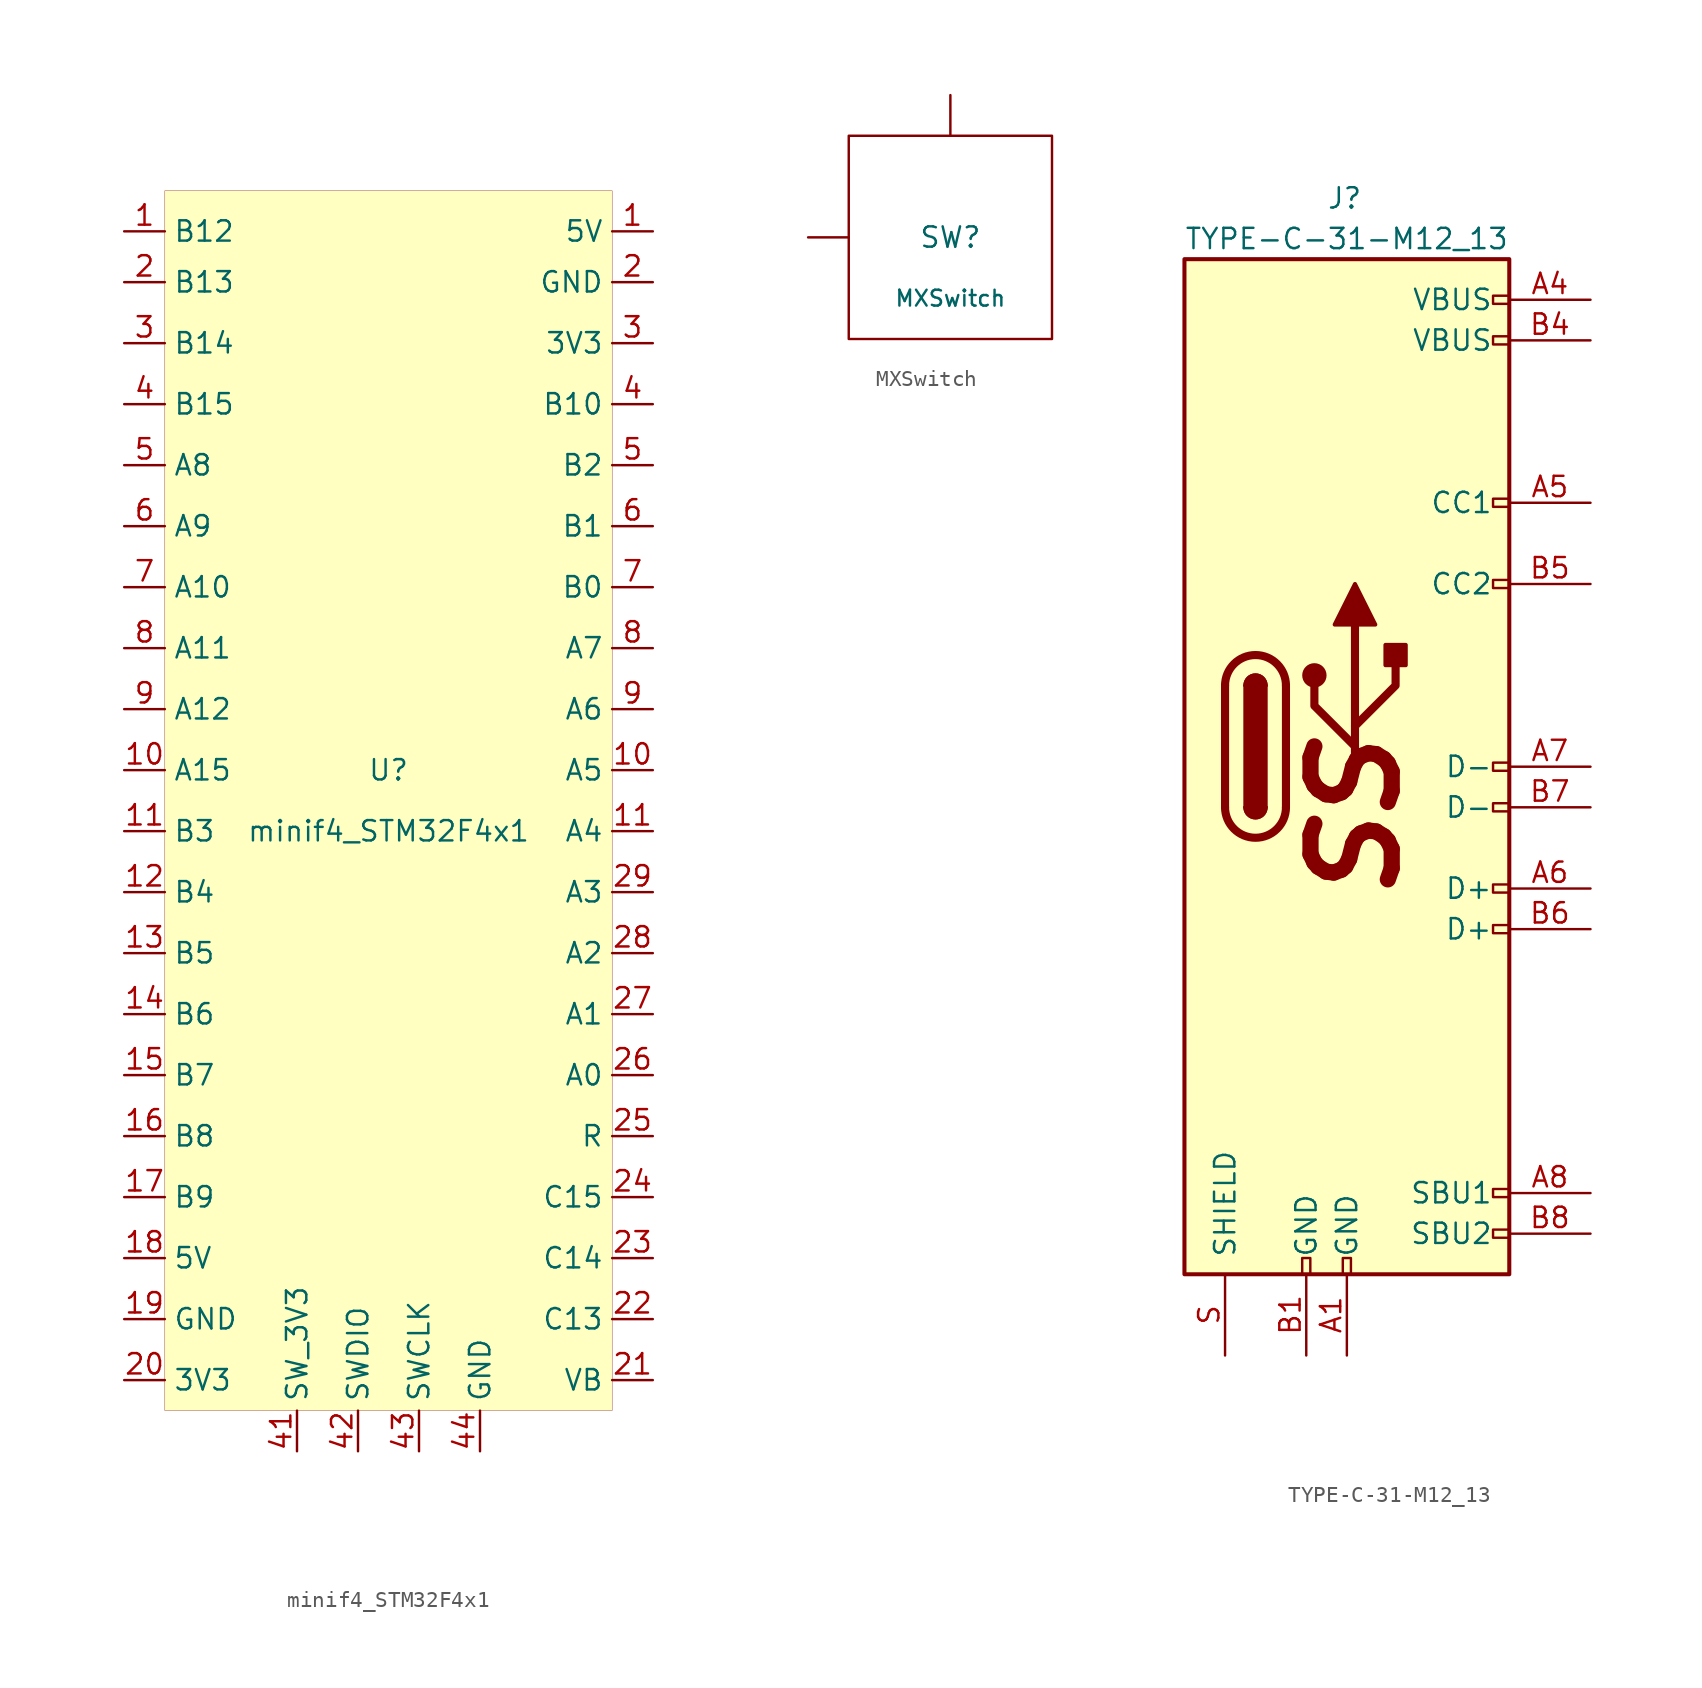
<source format=kicad_sym>
(kicad_symbol_lib
  (version 20211014)
  (generator kicad_symbol_editor)
  (symbol "minif4_STM32F4x1"
    (property "Reference" "U"
      (at 0 1.905 0)
      (effects (font (size 1.27 1.27))))
    (property "Value" "minif4_STM32F4x1"
      (at 0 -1.905 0)
      (effects (font (size 1.27 1.27))))
    (symbol "minif4_STM32F4x1_0_1"
      (rectangle (start -13.97 38.1) (end 13.97 -38.1) (stroke (width 0.001) (type default) (color 0 0 0 0)) (fill (type background))))
    (symbol "minif4_STM32F4x1_1_1"
      (pin power_out line (at 16.51 35.56 180) (length 2.54) (name "5V" (effects (font (size 1.27 1.27)))) (number "1" (effects (font (size 1.27 1.27)))))
      (pin unspecified line (at -16.51 35.56 0) (length 2.54) (name "B12" (effects (font (size 1.27 1.27)))) (number "1" (effects (font (size 1.27 1.27)))))
      (pin unspecified line (at -16.51 1.905 0) (length 2.54) (name "A15" (effects (font (size 1.27 1.27)))) (number "10" (effects (font (size 1.27 1.27)))))
      (pin unspecified line (at 16.51 1.905 180) (length 2.54) (name "A5" (effects (font (size 1.27 1.27)))) (number "10" (effects (font (size 1.27 1.27)))))
      (pin unspecified line (at 16.51 -1.905 180) (length 2.54) (name "A4" (effects (font (size 1.27 1.27)))) (number "11" (effects (font (size 1.27 1.27)))))
      (pin unspecified line (at -16.51 -1.905 0) (length 2.54) (name "B3" (effects (font (size 1.27 1.27)))) (number "11" (effects (font (size 1.27 1.27)))))
      (pin unspecified line (at -16.51 -5.715 0) (length 2.54) (name "B4" (effects (font (size 1.27 1.27)))) (number "12" (effects (font (size 1.27 1.27)))))
      (pin unspecified line (at -16.51 -9.525 0) (length 2.54) (name "B5" (effects (font (size 1.27 1.27)))) (number "13" (effects (font (size 1.27 1.27)))))
      (pin unspecified line (at -16.51 -13.335 0) (length 2.54) (name "B6" (effects (font (size 1.27 1.27)))) (number "14" (effects (font (size 1.27 1.27)))))
      (pin unspecified line (at -16.51 -17.145 0) (length 2.54) (name "B7" (effects (font (size 1.27 1.27)))) (number "15" (effects (font (size 1.27 1.27)))))
      (pin unspecified line (at -16.51 -20.955 0) (length 2.54) (name "B8" (effects (font (size 1.27 1.27)))) (number "16" (effects (font (size 1.27 1.27)))))
      (pin unspecified line (at -16.51 -24.765 0) (length 2.54) (name "B9" (effects (font (size 1.27 1.27)))) (number "17" (effects (font (size 1.27 1.27)))))
      (pin power_out line (at -16.51 -28.575 0) (length 2.54) (name "5V" (effects (font (size 1.27 1.27)))) (number "18" (effects (font (size 1.27 1.27)))))
      (pin power_in line (at -16.51 -32.385 0) (length 2.54) (name "GND" (effects (font (size 1.27 1.27)))) (number "19" (effects (font (size 1.27 1.27)))))
      (pin unspecified line (at -16.51 32.385 0) (length 2.54) (name "B13" (effects (font (size 1.27 1.27)))) (number "2" (effects (font (size 1.27 1.27)))))
      (pin power_in line (at 16.51 32.385 180) (length 2.54) (name "GND" (effects (font (size 1.27 1.27)))) (number "2" (effects (font (size 1.27 1.27)))))
      (pin power_out line (at -16.51 -36.195 0) (length 2.54) (name "3V3" (effects (font (size 1.27 1.27)))) (number "20" (effects (font (size 1.27 1.27)))))
      (pin unspecified line (at 16.51 -36.195 180) (length 2.54) (name "VB" (effects (font (size 1.27 1.27)))) (number "21" (effects (font (size 1.27 1.27)))))
      (pin unspecified line (at 16.51 -32.385 180) (length 2.54) (name "C13" (effects (font (size 1.27 1.27)))) (number "22" (effects (font (size 1.27 1.27)))))
      (pin unspecified line (at 16.51 -28.575 180) (length 2.54) (name "C14" (effects (font (size 1.27 1.27)))) (number "23" (effects (font (size 1.27 1.27)))))
      (pin unspecified line (at 16.51 -24.765 180) (length 2.54) (name "C15" (effects (font (size 1.27 1.27)))) (number "24" (effects (font (size 1.27 1.27)))))
      (pin unspecified line (at 16.51 -20.955 180) (length 2.54) (name "R" (effects (font (size 1.27 1.27)))) (number "25" (effects (font (size 1.27 1.27)))))
      (pin unspecified line (at 16.51 -17.145 180) (length 2.54) (name "A0" (effects (font (size 1.27 1.27)))) (number "26" (effects (font (size 1.27 1.27)))))
      (pin unspecified line (at 16.51 -13.335 180) (length 2.54) (name "A1" (effects (font (size 1.27 1.27)))) (number "27" (effects (font (size 1.27 1.27)))))
      (pin unspecified line (at 16.51 -9.525 180) (length 2.54) (name "A2" (effects (font (size 1.27 1.27)))) (number "28" (effects (font (size 1.27 1.27)))))
      (pin unspecified line (at 16.51 -5.715 180) (length 2.54) (name "A3" (effects (font (size 1.27 1.27)))) (number "29" (effects (font (size 1.27 1.27)))))
      (pin power_out line (at 16.51 28.575 180) (length 2.54) (name "3V3" (effects (font (size 1.27 1.27)))) (number "3" (effects (font (size 1.27 1.27)))))
      (pin unspecified line (at -16.51 28.575 0) (length 2.54) (name "B14" (effects (font (size 1.27 1.27)))) (number "3" (effects (font (size 1.27 1.27)))))
      (pin unspecified line (at 16.51 24.765 180) (length 2.54) (name "B10" (effects (font (size 1.27 1.27)))) (number "4" (effects (font (size 1.27 1.27)))))
      (pin unspecified line (at -16.51 24.765 0) (length 2.54) (name "B15" (effects (font (size 1.27 1.27)))) (number "4" (effects (font (size 1.27 1.27)))))
      (pin power_in line (at -5.715 -40.64 90) (length 2.54) (name "SW_3V3" (effects (font (size 1.27 1.27)))) (number "41" (effects (font (size 1.27 1.27)))))
      (pin bidirectional line (at -1.905 -40.64 90) (length 2.54) (name "SWDIO" (effects (font (size 1.27 1.27)))) (number "42" (effects (font (size 1.27 1.27)))))
      (pin input line (at 1.905 -40.64 90) (length 2.54) (name "SWCLK" (effects (font (size 1.27 1.27)))) (number "43" (effects (font (size 1.27 1.27)))))
      (pin power_out line (at 5.715 -40.64 90) (length 2.54) (name "GND" (effects (font (size 1.27 1.27)))) (number "44" (effects (font (size 1.27 1.27)))))
      (pin unspecified line (at -16.51 20.955 0) (length 2.54) (name "A8" (effects (font (size 1.27 1.27)))) (number "5" (effects (font (size 1.27 1.27)))))
      (pin unspecified line (at 16.51 20.955 180) (length 2.54) (name "B2" (effects (font (size 1.27 1.27)))) (number "5" (effects (font (size 1.27 1.27)))))
      (pin unspecified line (at -16.51 17.145 0) (length 2.54) (name "A9" (effects (font (size 1.27 1.27)))) (number "6" (effects (font (size 1.27 1.27)))))
      (pin unspecified line (at 16.51 17.145 180) (length 2.54) (name "B1" (effects (font (size 1.27 1.27)))) (number "6" (effects (font (size 1.27 1.27)))))
      (pin unspecified line (at -16.51 13.335 0) (length 2.54) (name "A10" (effects (font (size 1.27 1.27)))) (number "7" (effects (font (size 1.27 1.27)))))
      (pin unspecified line (at 16.51 13.335 180) (length 2.54) (name "B0" (effects (font (size 1.27 1.27)))) (number "7" (effects (font (size 1.27 1.27)))))
      (pin unspecified line (at -16.51 9.525 0) (length 2.54) (name "A11" (effects (font (size 1.27 1.27)))) (number "8" (effects (font (size 1.27 1.27)))))
      (pin unspecified line (at 16.51 9.525 180) (length 2.54) (name "A7" (effects (font (size 1.27 1.27)))) (number "8" (effects (font (size 1.27 1.27)))))
      (pin unspecified line (at -16.51 5.715 0) (length 2.54) (name "A12" (effects (font (size 1.27 1.27)))) (number "9" (effects (font (size 1.27 1.27)))))
      (pin unspecified line (at 16.51 5.715 180) (length 2.54) (name "A6" (effects (font (size 1.27 1.27)))) (number "9" (effects (font (size 1.27 1.27)))))))
  (symbol "MXSwitch"
    (pin_names
      (offset 1.016))
    (property "Reference" "SW"
      (at 0 0 0)
      (effects (font (size 1.27 1.27))))
    (property "Value" "MXSwitch"
      (at 0 -3.81 0)
      (effects (font (size 0.991 0.991))))
    (symbol "MXSwitch_0_1"
      (rectangle (start -6.35 6.35) (end 6.35 -6.35) (stroke (width 0) (type default) (color 0 0 0 0)) (fill (type none)))
      (polyline (pts (xy -6.35 0) (xy -8.89 0)) (stroke (width 0) (type default) (color 0 0 0 0)) (fill (type none)))
      (polyline (pts (xy 0 6.35) (xy 0 8.89)) (stroke (width 0) (type default) (color 0 0 0 0)) (fill (type none))))
    (symbol "MXSwitch_1_1"
      (pin input line (at -8.89 0 0) (length 2.54) hide (name "Col" (effects (font (size 0.508 0.508)))) (number "1" (effects (font (size 0.508 0.508)))))
      (pin output line (at 0 8.89 270) (length 2.54) hide (name "Row" (effects (font (size 0.508 0.508)))) (number "2" (effects (font (size 0.508 0.508)))))))
  (symbol "TYPE-C-31-M12_13"
    (pin_names
      (offset 1.016))
    (property "Reference" "J"
      (at -1.27 35.56 0)
      (effects (font (size 1.27 1.27)) (justify left)))
    (property "Value" "TYPE-C-31-M12_13"
      (at 10.16 33.02 0)
      (effects (font (size 1.27 1.27)) (justify right)))
    (symbol "TYPE-C-31-M12_13_0_0"
      (rectangle (start -0.254 -31.75) (end 0.254 -30.734) (stroke (width 0) (type default) (color 0 0 0 0)) (fill (type none)))
      (rectangle (start 10.16 -28.956) (end 9.144 -29.464) (stroke (width 0) (type default) (color 0 0 0 0)) (fill (type none)))
      (rectangle (start 10.16 -26.416) (end 9.144 -26.924) (stroke (width 0) (type default) (color 0 0 0 0)) (fill (type none)))
      (rectangle (start 10.16 -9.906) (end 9.144 -10.414) (stroke (width 0) (type default) (color 0 0 0 0)) (fill (type none)))
      (rectangle (start 10.16 -7.366) (end 9.144 -7.874) (stroke (width 0) (type default) (color 0 0 0 0)) (fill (type none)))
      (rectangle (start 10.16 -2.286) (end 9.144 -2.794) (stroke (width 0) (type default) (color 0 0 0 0)) (fill (type none)))
      (rectangle (start 10.16 0.254) (end 9.144 -0.254) (stroke (width 0) (type default) (color 0 0 0 0)) (fill (type none)))
      (rectangle (start 10.16 11.684) (end 9.144 11.176) (stroke (width 0) (type default) (color 0 0 0 0)) (fill (type none)))
      (rectangle (start 10.16 16.764) (end 9.144 16.256) (stroke (width 0) (type default) (color 0 0 0 0)) (fill (type none)))
      (rectangle (start 10.16 29.464) (end 9.144 28.956) (stroke (width 0) (type default) (color 0 0 0 0)) (fill (type none)))
      (text "SS" (at 0.508 -3.175 900) (effects (font (size 5.08 5.08) bold italic))))
    (symbol "TYPE-C-31-M12_13_0_1"
      (rectangle (start -10.16 31.75) (end 10.16 -31.75) (stroke (width 0.254) (type default) (color 0 0 0 0)) (fill (type background)))
      (arc (start -7.62 -2.54) (mid -5.715 -4.445) (end -3.81 -2.54) (stroke (width 0.508) (type default) (color 0 0 0 0)) (fill (type none)))
      (arc (start -6.35 -2.54) (mid -5.715 -3.175) (end -5.08 -2.54) (stroke (width 0.254) (type default) (color 0 0 0 0)) (fill (type none)))
      (arc (start -6.35 -2.54) (mid -5.715 -3.175) (end -5.08 -2.54) (stroke (width 0.254) (type default) (color 0 0 0 0)) (fill (type outline)))
      (rectangle (start -6.35 -2.54) (end -5.08 5.08) (stroke (width 0.254) (type default) (color 0 0 0 0)) (fill (type outline)))
      (arc (start -5.08 5.08) (mid -5.715 5.715) (end -6.35 5.08) (stroke (width 0.254) (type default) (color 0 0 0 0)) (fill (type none)))
      (arc (start -5.08 5.08) (mid -5.715 5.715) (end -6.35 5.08) (stroke (width 0.254) (type default) (color 0 0 0 0)) (fill (type outline)))
      (arc (start -3.81 5.08) (mid -5.715 6.985) (end -7.62 5.08) (stroke (width 0.508) (type default) (color 0 0 0 0)) (fill (type none)))
      (circle (center -2.032 5.715) (radius 0.635) (stroke (width 0.254) (type default) (color 0 0 0 0)) (fill (type outline)))
      (polyline (pts (xy -7.62 -2.54) (xy -7.62 5.08)) (stroke (width 0.508) (type default) (color 0 0 0 0)) (fill (type none)))
      (polyline (pts (xy -3.81 5.08) (xy -3.81 -2.54)) (stroke (width 0.508) (type default) (color 0 0 0 0)) (fill (type none)))
      (polyline (pts (xy 0.508 0) (xy 0.508 8.89)) (stroke (width 0.508) (type default) (color 0 0 0 0)) (fill (type none)))
      (polyline (pts (xy 0.508 1.27) (xy -2.032 3.81) (xy -2.032 5.08)) (stroke (width 0.508) (type default) (color 0 0 0 0)) (fill (type none)))
      (polyline (pts (xy 0.508 2.54) (xy 3.048 5.08) (xy 3.048 6.35)) (stroke (width 0.508) (type default) (color 0 0 0 0)) (fill (type none)))
      (polyline (pts (xy -0.762 8.89) (xy 0.508 11.43) (xy 1.778 8.89) (xy -0.762 8.89)) (stroke (width 0.254) (type default) (color 0 0 0 0)) (fill (type outline)))
      (rectangle (start 2.413 6.35) (end 3.683 7.62) (stroke (width 0.254) (type default) (color 0 0 0 0)) (fill (type outline))))
    (symbol "TYPE-C-31-M12_13_1_1"
      (rectangle (start -2.794 -31.75) (end -2.286 -30.734) (stroke (width 0) (type default) (color 0 0 0 0)) (fill (type none)))
      (rectangle (start 10.16 26.924) (end 9.144 26.416) (stroke (width 0) (type default) (color 0 0 0 0)) (fill (type none)))
      (pin power_out line (at 0 -36.83 90) (length 5.08) (name "GND" (effects (font (size 1.27 1.27)))) (number "A1" (effects (font (size 1.27 1.27)))))
      (pin power_out line (at 15.24 29.21 180) (length 5.08) (name "VBUS" (effects (font (size 1.27 1.27)))) (number "A4" (effects (font (size 1.27 1.27)))))
      (pin bidirectional line (at 15.24 16.51 180) (length 5.08) (name "CC1" (effects (font (size 1.27 1.27)))) (number "A5" (effects (font (size 1.27 1.27)))))
      (pin bidirectional line (at 15.24 -7.62 180) (length 5.08) (name "D+" (effects (font (size 1.27 1.27)))) (number "A6" (effects (font (size 1.27 1.27)))))
      (pin bidirectional line (at 15.24 0 180) (length 5.08) (name "D-" (effects (font (size 1.27 1.27)))) (number "A7" (effects (font (size 1.27 1.27)))))
      (pin bidirectional line (at 15.24 -26.67 180) (length 5.08) (name "SBU1" (effects (font (size 1.27 1.27)))) (number "A8" (effects (font (size 1.27 1.27)))))
      (pin power_out line (at -2.54 -36.83 90) (length 5.08) (name "GND" (effects (font (size 1.27 1.27)))) (number "B1" (effects (font (size 1.27 1.27)))))
      (pin power_out line (at 15.24 26.67 180) (length 5.08) (name "VBUS" (effects (font (size 1.27 1.27)))) (number "B4" (effects (font (size 1.27 1.27)))))
      (pin bidirectional line (at 15.24 11.43 180) (length 5.08) (name "CC2" (effects (font (size 1.27 1.27)))) (number "B5" (effects (font (size 1.27 1.27)))))
      (pin bidirectional line (at 15.24 -10.16 180) (length 5.08) (name "D+" (effects (font (size 1.27 1.27)))) (number "B6" (effects (font (size 1.27 1.27)))))
      (pin bidirectional line (at 15.24 -2.54 180) (length 5.08) (name "D-" (effects (font (size 1.27 1.27)))) (number "B7" (effects (font (size 1.27 1.27)))))
      (pin bidirectional line (at 15.24 -29.21 180) (length 5.08) (name "SBU2" (effects (font (size 1.27 1.27)))) (number "B8" (effects (font (size 1.27 1.27)))))
      (pin passive line (at -7.62 -36.83 90) (length 5.08) (name "SHIELD" (effects (font (size 1.27 1.27)))) (number "S" (effects (font (size 1.27 1.27))))))))
</source>
